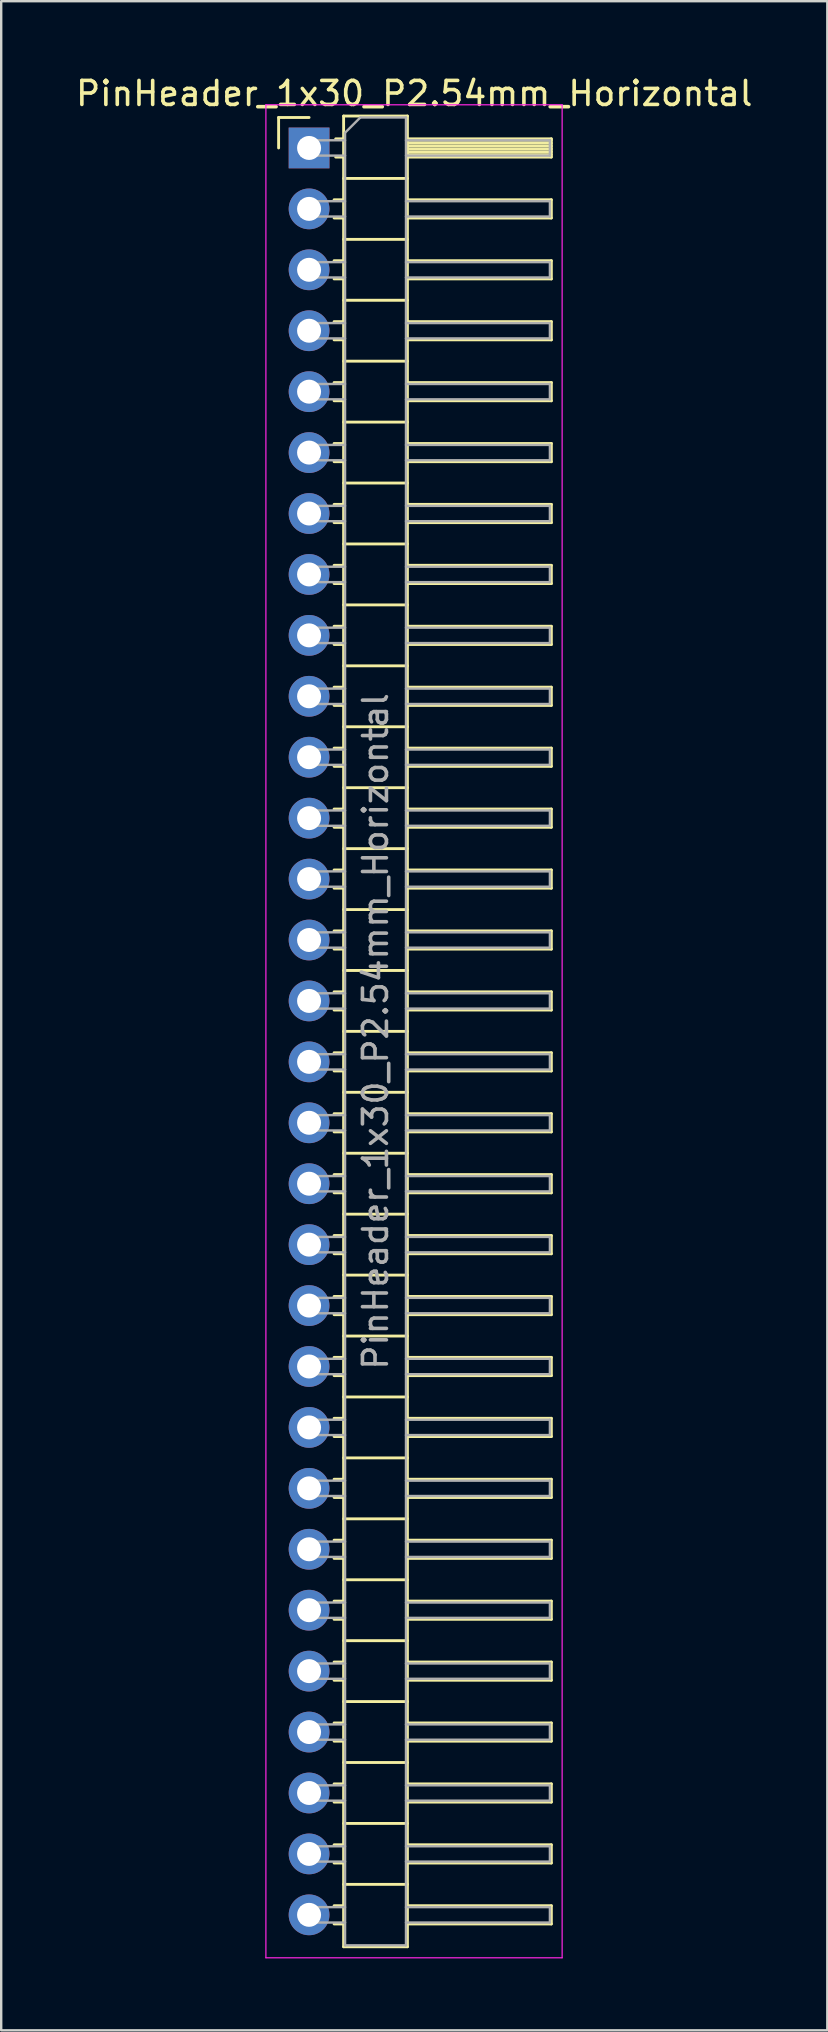
<source format=kicad_pcb>
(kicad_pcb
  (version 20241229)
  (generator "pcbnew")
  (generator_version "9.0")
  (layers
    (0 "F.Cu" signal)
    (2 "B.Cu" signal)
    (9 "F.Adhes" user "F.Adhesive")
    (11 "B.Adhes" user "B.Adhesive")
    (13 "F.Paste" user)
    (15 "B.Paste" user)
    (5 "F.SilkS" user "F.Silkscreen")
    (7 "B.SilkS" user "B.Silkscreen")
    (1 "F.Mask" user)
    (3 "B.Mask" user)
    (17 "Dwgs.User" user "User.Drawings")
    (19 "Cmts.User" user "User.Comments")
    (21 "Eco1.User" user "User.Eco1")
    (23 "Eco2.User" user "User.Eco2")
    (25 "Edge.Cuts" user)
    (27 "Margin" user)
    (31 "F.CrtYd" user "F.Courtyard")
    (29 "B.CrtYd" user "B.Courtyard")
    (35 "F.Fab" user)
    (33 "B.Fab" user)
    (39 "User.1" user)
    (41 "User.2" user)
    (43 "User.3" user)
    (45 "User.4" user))
  (footprint "PinHeader_1x30_P2.54mm_Horizontal"
    (layer "F.Cu")
    (at 9.835 3.118)
    (property "Reference" "PinHeader_1x30_P2.54mm_Horizontal" (at 4.385 -2.27 0) (layer "F.SilkS") (effects (font (size 1 1) (thickness 0.15))))
    (attr through_hole)
    (fp_line (start -1.27 -1.27) (end 0 -1.27) (stroke (width 0.12) (type solid)) (layer "F.SilkS"))
    (fp_line (start -1.27 0) (end -1.27 -1.27) (stroke (width 0.12) (type solid)) (layer "F.SilkS"))
    (fp_line (start 1.043 2.16) (end 1.44 2.16) (stroke (width 0.12) (type solid)) (layer "F.SilkS"))
    (fp_line (start 1.043 2.92) (end 1.44 2.92) (stroke (width 0.12) (type solid)) (layer "F.SilkS"))
    (fp_line (start 1.043 4.7) (end 1.44 4.7) (stroke (width 0.12) (type solid)) (layer "F.SilkS"))
    (fp_line (start 1.043 5.46) (end 1.44 5.46) (stroke (width 0.12) (type solid)) (layer "F.SilkS"))
    (fp_line (start 1.043 7.24) (end 1.44 7.24) (stroke (width 0.12) (type solid)) (layer "F.SilkS"))
    (fp_line (start 1.043 8) (end 1.44 8) (stroke (width 0.12) (type solid)) (layer "F.SilkS"))
    (fp_line (start 1.043 9.78) (end 1.44 9.78) (stroke (width 0.12) (type solid)) (layer "F.SilkS"))
    (fp_line (start 1.043 10.54) (end 1.44 10.54) (stroke (width 0.12) (type solid)) (layer "F.SilkS"))
    (fp_line (start 1.043 12.32) (end 1.44 12.32) (stroke (width 0.12) (type solid)) (layer "F.SilkS"))
    (fp_line (start 1.043 13.08) (end 1.44 13.08) (stroke (width 0.12) (type solid)) (layer "F.SilkS"))
    (fp_line (start 1.043 14.86) (end 1.44 14.86) (stroke (width 0.12) (type solid)) (layer "F.SilkS"))
    (fp_line (start 1.043 15.62) (end 1.44 15.62) (stroke (width 0.12) (type solid)) (layer "F.SilkS"))
    (fp_line (start 1.043 17.4) (end 1.44 17.4) (stroke (width 0.12) (type solid)) (layer "F.SilkS"))
    (fp_line (start 1.043 18.16) (end 1.44 18.16) (stroke (width 0.12) (type solid)) (layer "F.SilkS"))
    (fp_line (start 1.043 19.94) (end 1.44 19.94) (stroke (width 0.12) (type solid)) (layer "F.SilkS"))
    (fp_line (start 1.043 20.7) (end 1.44 20.7) (stroke (width 0.12) (type solid)) (layer "F.SilkS"))
    (fp_line (start 1.043 22.48) (end 1.44 22.48) (stroke (width 0.12) (type solid)) (layer "F.SilkS"))
    (fp_line (start 1.043 23.24) (end 1.44 23.24) (stroke (width 0.12) (type solid)) (layer "F.SilkS"))
    (fp_line (start 1.043 25.02) (end 1.44 25.02) (stroke (width 0.12) (type solid)) (layer "F.SilkS"))
    (fp_line (start 1.043 25.78) (end 1.44 25.78) (stroke (width 0.12) (type solid)) (layer "F.SilkS"))
    (fp_line (start 1.043 27.56) (end 1.44 27.56) (stroke (width 0.12) (type solid)) (layer "F.SilkS"))
    (fp_line (start 1.043 28.32) (end 1.44 28.32) (stroke (width 0.12) (type solid)) (layer "F.SilkS"))
    (fp_line (start 1.043 30.1) (end 1.44 30.1) (stroke (width 0.12) (type solid)) (layer "F.SilkS"))
    (fp_line (start 1.043 30.86) (end 1.44 30.86) (stroke (width 0.12) (type solid)) (layer "F.SilkS"))
    (fp_line (start 1.043 32.64) (end 1.44 32.64) (stroke (width 0.12) (type solid)) (layer "F.SilkS"))
    (fp_line (start 1.043 33.4) (end 1.44 33.4) (stroke (width 0.12) (type solid)) (layer "F.SilkS"))
    (fp_line (start 1.043 35.18) (end 1.44 35.18) (stroke (width 0.12) (type solid)) (layer "F.SilkS"))
    (fp_line (start 1.043 35.94) (end 1.44 35.94) (stroke (width 0.12) (type solid)) (layer "F.SilkS"))
    (fp_line (start 1.043 37.72) (end 1.44 37.72) (stroke (width 0.12) (type solid)) (layer "F.SilkS"))
    (fp_line (start 1.043 38.48) (end 1.44 38.48) (stroke (width 0.12) (type solid)) (layer "F.SilkS"))
    (fp_line (start 1.043 40.26) (end 1.44 40.26) (stroke (width 0.12) (type solid)) (layer "F.SilkS"))
    (fp_line (start 1.043 41.02) (end 1.44 41.02) (stroke (width 0.12) (type solid)) (layer "F.SilkS"))
    (fp_line (start 1.043 42.8) (end 1.44 42.8) (stroke (width 0.12) (type solid)) (layer "F.SilkS"))
    (fp_line (start 1.043 43.56) (end 1.44 43.56) (stroke (width 0.12) (type solid)) (layer "F.SilkS"))
    (fp_line (start 1.043 45.34) (end 1.44 45.34) (stroke (width 0.12) (type solid)) (layer "F.SilkS"))
    (fp_line (start 1.043 46.1) (end 1.44 46.1) (stroke (width 0.12) (type solid)) (layer "F.SilkS"))
    (fp_line (start 1.043 47.88) (end 1.44 47.88) (stroke (width 0.12) (type solid)) (layer "F.SilkS"))
    (fp_line (start 1.043 48.64) (end 1.44 48.64) (stroke (width 0.12) (type solid)) (layer "F.SilkS"))
    (fp_line (start 1.043 50.42) (end 1.44 50.42) (stroke (width 0.12) (type solid)) (layer "F.SilkS"))
    (fp_line (start 1.043 51.18) (end 1.44 51.18) (stroke (width 0.12) (type solid)) (layer "F.SilkS"))
    (fp_line (start 1.043 52.96) (end 1.44 52.96) (stroke (width 0.12) (type solid)) (layer "F.SilkS"))
    (fp_line (start 1.043 53.72) (end 1.44 53.72) (stroke (width 0.12) (type solid)) (layer "F.SilkS"))
    (fp_line (start 1.043 55.5) (end 1.44 55.5) (stroke (width 0.12) (type solid)) (layer "F.SilkS"))
    (fp_line (start 1.043 56.26) (end 1.44 56.26) (stroke (width 0.12) (type solid)) (layer "F.SilkS"))
    (fp_line (start 1.043 58.04) (end 1.44 58.04) (stroke (width 0.12) (type solid)) (layer "F.SilkS"))
    (fp_line (start 1.043 58.8) (end 1.44 58.8) (stroke (width 0.12) (type solid)) (layer "F.SilkS"))
    (fp_line (start 1.043 60.58) (end 1.44 60.58) (stroke (width 0.12) (type solid)) (layer "F.SilkS"))
    (fp_line (start 1.043 61.34) (end 1.44 61.34) (stroke (width 0.12) (type solid)) (layer "F.SilkS"))
    (fp_line (start 1.043 63.12) (end 1.44 63.12) (stroke (width 0.12) (type solid)) (layer "F.SilkS"))
    (fp_line (start 1.043 63.88) (end 1.44 63.88) (stroke (width 0.12) (type solid)) (layer "F.SilkS"))
    (fp_line (start 1.043 65.66) (end 1.44 65.66) (stroke (width 0.12) (type solid)) (layer "F.SilkS"))
    (fp_line (start 1.043 66.42) (end 1.44 66.42) (stroke (width 0.12) (type solid)) (layer "F.SilkS"))
    (fp_line (start 1.043 68.2) (end 1.44 68.2) (stroke (width 0.12) (type solid)) (layer "F.SilkS"))
    (fp_line (start 1.043 68.96) (end 1.44 68.96) (stroke (width 0.12) (type solid)) (layer "F.SilkS"))
    (fp_line (start 1.043 70.74) (end 1.44 70.74) (stroke (width 0.12) (type solid)) (layer "F.SilkS"))
    (fp_line (start 1.043 71.5) (end 1.44 71.5) (stroke (width 0.12) (type solid)) (layer "F.SilkS"))
    (fp_line (start 1.043 73.28) (end 1.44 73.28) (stroke (width 0.12) (type solid)) (layer "F.SilkS"))
    (fp_line (start 1.043 74.04) (end 1.44 74.04) (stroke (width 0.12) (type solid)) (layer "F.SilkS"))
    (fp_line (start 1.11 -0.38) (end 1.44 -0.38) (stroke (width 0.12) (type solid)) (layer "F.SilkS"))
    (fp_line (start 1.11 0.38) (end 1.44 0.38) (stroke (width 0.12) (type solid)) (layer "F.SilkS"))
    (fp_line (start 1.44 -1.33) (end 1.44 74.99) (stroke (width 0.12) (type solid)) (layer "F.SilkS"))
    (fp_line (start 1.44 1.27) (end 4.1 1.27) (stroke (width 0.12) (type solid)) (layer "F.SilkS"))
    (fp_line (start 1.44 3.81) (end 4.1 3.81) (stroke (width 0.12) (type solid)) (layer "F.SilkS"))
    (fp_line (start 1.44 6.35) (end 4.1 6.35) (stroke (width 0.12) (type solid)) (layer "F.SilkS"))
    (fp_line (start 1.44 8.89) (end 4.1 8.89) (stroke (width 0.12) (type solid)) (layer "F.SilkS"))
    (fp_line (start 1.44 11.43) (end 4.1 11.43) (stroke (width 0.12) (type solid)) (layer "F.SilkS"))
    (fp_line (start 1.44 13.97) (end 4.1 13.97) (stroke (width 0.12) (type solid)) (layer "F.SilkS"))
    (fp_line (start 1.44 16.51) (end 4.1 16.51) (stroke (width 0.12) (type solid)) (layer "F.SilkS"))
    (fp_line (start 1.44 19.05) (end 4.1 19.05) (stroke (width 0.12) (type solid)) (layer "F.SilkS"))
    (fp_line (start 1.44 21.59) (end 4.1 21.59) (stroke (width 0.12) (type solid)) (layer "F.SilkS"))
    (fp_line (start 1.44 24.13) (end 4.1 24.13) (stroke (width 0.12) (type solid)) (layer "F.SilkS"))
    (fp_line (start 1.44 26.67) (end 4.1 26.67) (stroke (width 0.12) (type solid)) (layer "F.SilkS"))
    (fp_line (start 1.44 29.21) (end 4.1 29.21) (stroke (width 0.12) (type solid)) (layer "F.SilkS"))
    (fp_line (start 1.44 31.75) (end 4.1 31.75) (stroke (width 0.12) (type solid)) (layer "F.SilkS"))
    (fp_line (start 1.44 34.29) (end 4.1 34.29) (stroke (width 0.12) (type solid)) (layer "F.SilkS"))
    (fp_line (start 1.44 36.83) (end 4.1 36.83) (stroke (width 0.12) (type solid)) (layer "F.SilkS"))
    (fp_line (start 1.44 39.37) (end 4.1 39.37) (stroke (width 0.12) (type solid)) (layer "F.SilkS"))
    (fp_line (start 1.44 41.91) (end 4.1 41.91) (stroke (width 0.12) (type solid)) (layer "F.SilkS"))
    (fp_line (start 1.44 44.45) (end 4.1 44.45) (stroke (width 0.12) (type solid)) (layer "F.SilkS"))
    (fp_line (start 1.44 46.99) (end 4.1 46.99) (stroke (width 0.12) (type solid)) (layer "F.SilkS"))
    (fp_line (start 1.44 49.53) (end 4.1 49.53) (stroke (width 0.12) (type solid)) (layer "F.SilkS"))
    (fp_line (start 1.44 52.07) (end 4.1 52.07) (stroke (width 0.12) (type solid)) (layer "F.SilkS"))
    (fp_line (start 1.44 54.61) (end 4.1 54.61) (stroke (width 0.12) (type solid)) (layer "F.SilkS"))
    (fp_line (start 1.44 57.15) (end 4.1 57.15) (stroke (width 0.12) (type solid)) (layer "F.SilkS"))
    (fp_line (start 1.44 59.69) (end 4.1 59.69) (stroke (width 0.12) (type solid)) (layer "F.SilkS"))
    (fp_line (start 1.44 62.23) (end 4.1 62.23) (stroke (width 0.12) (type solid)) (layer "F.SilkS"))
    (fp_line (start 1.44 64.77) (end 4.1 64.77) (stroke (width 0.12) (type solid)) (layer "F.SilkS"))
    (fp_line (start 1.44 67.31) (end 4.1 67.31) (stroke (width 0.12) (type solid)) (layer "F.SilkS"))
    (fp_line (start 1.44 69.85) (end 4.1 69.85) (stroke (width 0.12) (type solid)) (layer "F.SilkS"))
    (fp_line (start 1.44 72.39) (end 4.1 72.39) (stroke (width 0.12) (type solid)) (layer "F.SilkS"))
    (fp_line (start 1.44 74.99) (end 4.1 74.99) (stroke (width 0.12) (type solid)) (layer "F.SilkS"))
    (fp_line (start 4.1 -1.33) (end 1.44 -1.33) (stroke (width 0.12) (type solid)) (layer "F.SilkS"))
    (fp_line (start 4.1 -0.38) (end 10.1 -0.38) (stroke (width 0.12) (type solid)) (layer "F.SilkS"))
    (fp_line (start 4.1 -0.32) (end 10.1 -0.32) (stroke (width 0.12) (type solid)) (layer "F.SilkS"))
    (fp_line (start 4.1 -0.2) (end 10.1 -0.2) (stroke (width 0.12) (type solid)) (layer "F.SilkS"))
    (fp_line (start 4.1 -0.08) (end 10.1 -0.08) (stroke (width 0.12) (type solid)) (layer "F.SilkS"))
    (fp_line (start 4.1 0.04) (end 10.1 0.04) (stroke (width 0.12) (type solid)) (layer "F.SilkS"))
    (fp_line (start 4.1 0.16) (end 10.1 0.16) (stroke (width 0.12) (type solid)) (layer "F.SilkS"))
    (fp_line (start 4.1 0.28) (end 10.1 0.28) (stroke (width 0.12) (type solid)) (layer "F.SilkS"))
    (fp_line (start 4.1 2.16) (end 10.1 2.16) (stroke (width 0.12) (type solid)) (layer "F.SilkS"))
    (fp_line (start 4.1 4.7) (end 10.1 4.7) (stroke (width 0.12) (type solid)) (layer "F.SilkS"))
    (fp_line (start 4.1 7.24) (end 10.1 7.24) (stroke (width 0.12) (type solid)) (layer "F.SilkS"))
    (fp_line (start 4.1 9.78) (end 10.1 9.78) (stroke (width 0.12) (type solid)) (layer "F.SilkS"))
    (fp_line (start 4.1 12.32) (end 10.1 12.32) (stroke (width 0.12) (type solid)) (layer "F.SilkS"))
    (fp_line (start 4.1 14.86) (end 10.1 14.86) (stroke (width 0.12) (type solid)) (layer "F.SilkS"))
    (fp_line (start 4.1 17.4) (end 10.1 17.4) (stroke (width 0.12) (type solid)) (layer "F.SilkS"))
    (fp_line (start 4.1 19.94) (end 10.1 19.94) (stroke (width 0.12) (type solid)) (layer "F.SilkS"))
    (fp_line (start 4.1 22.48) (end 10.1 22.48) (stroke (width 0.12) (type solid)) (layer "F.SilkS"))
    (fp_line (start 4.1 25.02) (end 10.1 25.02) (stroke (width 0.12) (type solid)) (layer "F.SilkS"))
    (fp_line (start 4.1 27.56) (end 10.1 27.56) (stroke (width 0.12) (type solid)) (layer "F.SilkS"))
    (fp_line (start 4.1 30.1) (end 10.1 30.1) (stroke (width 0.12) (type solid)) (layer "F.SilkS"))
    (fp_line (start 4.1 32.64) (end 10.1 32.64) (stroke (width 0.12) (type solid)) (layer "F.SilkS"))
    (fp_line (start 4.1 35.18) (end 10.1 35.18) (stroke (width 0.12) (type solid)) (layer "F.SilkS"))
    (fp_line (start 4.1 37.72) (end 10.1 37.72) (stroke (width 0.12) (type solid)) (layer "F.SilkS"))
    (fp_line (start 4.1 40.26) (end 10.1 40.26) (stroke (width 0.12) (type solid)) (layer "F.SilkS"))
    (fp_line (start 4.1 42.8) (end 10.1 42.8) (stroke (width 0.12) (type solid)) (layer "F.SilkS"))
    (fp_line (start 4.1 45.34) (end 10.1 45.34) (stroke (width 0.12) (type solid)) (layer "F.SilkS"))
    (fp_line (start 4.1 47.88) (end 10.1 47.88) (stroke (width 0.12) (type solid)) (layer "F.SilkS"))
    (fp_line (start 4.1 50.42) (end 10.1 50.42) (stroke (width 0.12) (type solid)) (layer "F.SilkS"))
    (fp_line (start 4.1 52.96) (end 10.1 52.96) (stroke (width 0.12) (type solid)) (layer "F.SilkS"))
    (fp_line (start 4.1 55.5) (end 10.1 55.5) (stroke (width 0.12) (type solid)) (layer "F.SilkS"))
    (fp_line (start 4.1 58.04) (end 10.1 58.04) (stroke (width 0.12) (type solid)) (layer "F.SilkS"))
    (fp_line (start 4.1 60.58) (end 10.1 60.58) (stroke (width 0.12) (type solid)) (layer "F.SilkS"))
    (fp_line (start 4.1 63.12) (end 10.1 63.12) (stroke (width 0.12) (type solid)) (layer "F.SilkS"))
    (fp_line (start 4.1 65.66) (end 10.1 65.66) (stroke (width 0.12) (type solid)) (layer "F.SilkS"))
    (fp_line (start 4.1 68.2) (end 10.1 68.2) (stroke (width 0.12) (type solid)) (layer "F.SilkS"))
    (fp_line (start 4.1 70.74) (end 10.1 70.74) (stroke (width 0.12) (type solid)) (layer "F.SilkS"))
    (fp_line (start 4.1 73.28) (end 10.1 73.28) (stroke (width 0.12) (type solid)) (layer "F.SilkS"))
    (fp_line (start 4.1 74.99) (end 4.1 -1.33) (stroke (width 0.12) (type solid)) (layer "F.SilkS"))
    (fp_line (start 10.1 -0.38) (end 10.1 0.38) (stroke (width 0.12) (type solid)) (layer "F.SilkS"))
    (fp_line (start 10.1 0.38) (end 4.1 0.38) (stroke (width 0.12) (type solid)) (layer "F.SilkS"))
    (fp_line (start 10.1 2.16) (end 10.1 2.92) (stroke (width 0.12) (type solid)) (layer "F.SilkS"))
    (fp_line (start 10.1 2.92) (end 4.1 2.92) (stroke (width 0.12) (type solid)) (layer "F.SilkS"))
    (fp_line (start 10.1 4.7) (end 10.1 5.46) (stroke (width 0.12) (type solid)) (layer "F.SilkS"))
    (fp_line (start 10.1 5.46) (end 4.1 5.46) (stroke (width 0.12) (type solid)) (layer "F.SilkS"))
    (fp_line (start 10.1 7.24) (end 10.1 8) (stroke (width 0.12) (type solid)) (layer "F.SilkS"))
    (fp_line (start 10.1 8) (end 4.1 8) (stroke (width 0.12) (type solid)) (layer "F.SilkS"))
    (fp_line (start 10.1 9.78) (end 10.1 10.54) (stroke (width 0.12) (type solid)) (layer "F.SilkS"))
    (fp_line (start 10.1 10.54) (end 4.1 10.54) (stroke (width 0.12) (type solid)) (layer "F.SilkS"))
    (fp_line (start 10.1 12.32) (end 10.1 13.08) (stroke (width 0.12) (type solid)) (layer "F.SilkS"))
    (fp_line (start 10.1 13.08) (end 4.1 13.08) (stroke (width 0.12) (type solid)) (layer "F.SilkS"))
    (fp_line (start 10.1 14.86) (end 10.1 15.62) (stroke (width 0.12) (type solid)) (layer "F.SilkS"))
    (fp_line (start 10.1 15.62) (end 4.1 15.62) (stroke (width 0.12) (type solid)) (layer "F.SilkS"))
    (fp_line (start 10.1 17.4) (end 10.1 18.16) (stroke (width 0.12) (type solid)) (layer "F.SilkS"))
    (fp_line (start 10.1 18.16) (end 4.1 18.16) (stroke (width 0.12) (type solid)) (layer "F.SilkS"))
    (fp_line (start 10.1 19.94) (end 10.1 20.7) (stroke (width 0.12) (type solid)) (layer "F.SilkS"))
    (fp_line (start 10.1 20.7) (end 4.1 20.7) (stroke (width 0.12) (type solid)) (layer "F.SilkS"))
    (fp_line (start 10.1 22.48) (end 10.1 23.24) (stroke (width 0.12) (type solid)) (layer "F.SilkS"))
    (fp_line (start 10.1 23.24) (end 4.1 23.24) (stroke (width 0.12) (type solid)) (layer "F.SilkS"))
    (fp_line (start 10.1 25.02) (end 10.1 25.78) (stroke (width 0.12) (type solid)) (layer "F.SilkS"))
    (fp_line (start 10.1 25.78) (end 4.1 25.78) (stroke (width 0.12) (type solid)) (layer "F.SilkS"))
    (fp_line (start 10.1 27.56) (end 10.1 28.32) (stroke (width 0.12) (type solid)) (layer "F.SilkS"))
    (fp_line (start 10.1 28.32) (end 4.1 28.32) (stroke (width 0.12) (type solid)) (layer "F.SilkS"))
    (fp_line (start 10.1 30.1) (end 10.1 30.86) (stroke (width 0.12) (type solid)) (layer "F.SilkS"))
    (fp_line (start 10.1 30.86) (end 4.1 30.86) (stroke (width 0.12) (type solid)) (layer "F.SilkS"))
    (fp_line (start 10.1 32.64) (end 10.1 33.4) (stroke (width 0.12) (type solid)) (layer "F.SilkS"))
    (fp_line (start 10.1 33.4) (end 4.1 33.4) (stroke (width 0.12) (type solid)) (layer "F.SilkS"))
    (fp_line (start 10.1 35.18) (end 10.1 35.94) (stroke (width 0.12) (type solid)) (layer "F.SilkS"))
    (fp_line (start 10.1 35.94) (end 4.1 35.94) (stroke (width 0.12) (type solid)) (layer "F.SilkS"))
    (fp_line (start 10.1 37.72) (end 10.1 38.48) (stroke (width 0.12) (type solid)) (layer "F.SilkS"))
    (fp_line (start 10.1 38.48) (end 4.1 38.48) (stroke (width 0.12) (type solid)) (layer "F.SilkS"))
    (fp_line (start 10.1 40.26) (end 10.1 41.02) (stroke (width 0.12) (type solid)) (layer "F.SilkS"))
    (fp_line (start 10.1 41.02) (end 4.1 41.02) (stroke (width 0.12) (type solid)) (layer "F.SilkS"))
    (fp_line (start 10.1 42.8) (end 10.1 43.56) (stroke (width 0.12) (type solid)) (layer "F.SilkS"))
    (fp_line (start 10.1 43.56) (end 4.1 43.56) (stroke (width 0.12) (type solid)) (layer "F.SilkS"))
    (fp_line (start 10.1 45.34) (end 10.1 46.1) (stroke (width 0.12) (type solid)) (layer "F.SilkS"))
    (fp_line (start 10.1 46.1) (end 4.1 46.1) (stroke (width 0.12) (type solid)) (layer "F.SilkS"))
    (fp_line (start 10.1 47.88) (end 10.1 48.64) (stroke (width 0.12) (type solid)) (layer "F.SilkS"))
    (fp_line (start 10.1 48.64) (end 4.1 48.64) (stroke (width 0.12) (type solid)) (layer "F.SilkS"))
    (fp_line (start 10.1 50.42) (end 10.1 51.18) (stroke (width 0.12) (type solid)) (layer "F.SilkS"))
    (fp_line (start 10.1 51.18) (end 4.1 51.18) (stroke (width 0.12) (type solid)) (layer "F.SilkS"))
    (fp_line (start 10.1 52.96) (end 10.1 53.72) (stroke (width 0.12) (type solid)) (layer "F.SilkS"))
    (fp_line (start 10.1 53.72) (end 4.1 53.72) (stroke (width 0.12) (type solid)) (layer "F.SilkS"))
    (fp_line (start 10.1 55.5) (end 10.1 56.26) (stroke (width 0.12) (type solid)) (layer "F.SilkS"))
    (fp_line (start 10.1 56.26) (end 4.1 56.26) (stroke (width 0.12) (type solid)) (layer "F.SilkS"))
    (fp_line (start 10.1 58.04) (end 10.1 58.8) (stroke (width 0.12) (type solid)) (layer "F.SilkS"))
    (fp_line (start 10.1 58.8) (end 4.1 58.8) (stroke (width 0.12) (type solid)) (layer "F.SilkS"))
    (fp_line (start 10.1 60.58) (end 10.1 61.34) (stroke (width 0.12) (type solid)) (layer "F.SilkS"))
    (fp_line (start 10.1 61.34) (end 4.1 61.34) (stroke (width 0.12) (type solid)) (layer "F.SilkS"))
    (fp_line (start 10.1 63.12) (end 10.1 63.88) (stroke (width 0.12) (type solid)) (layer "F.SilkS"))
    (fp_line (start 10.1 63.88) (end 4.1 63.88) (stroke (width 0.12) (type solid)) (layer "F.SilkS"))
    (fp_line (start 10.1 65.66) (end 10.1 66.42) (stroke (width 0.12) (type solid)) (layer "F.SilkS"))
    (fp_line (start 10.1 66.42) (end 4.1 66.42) (stroke (width 0.12) (type solid)) (layer "F.SilkS"))
    (fp_line (start 10.1 68.2) (end 10.1 68.96) (stroke (width 0.12) (type solid)) (layer "F.SilkS"))
    (fp_line (start 10.1 68.96) (end 4.1 68.96) (stroke (width 0.12) (type solid)) (layer "F.SilkS"))
    (fp_line (start 10.1 70.74) (end 10.1 71.5) (stroke (width 0.12) (type solid)) (layer "F.SilkS"))
    (fp_line (start 10.1 71.5) (end 4.1 71.5) (stroke (width 0.12) (type solid)) (layer "F.SilkS"))
    (fp_line (start 10.1 73.28) (end 10.1 74.04) (stroke (width 0.12) (type solid)) (layer "F.SilkS"))
    (fp_line (start 10.1 74.04) (end 4.1 74.04) (stroke (width 0.12) (type solid)) (layer "F.SilkS"))
    (fp_line (start -1.8 -1.8) (end -1.8 75.45) (stroke (width 0.05) (type solid)) (layer "F.CrtYd"))
    (fp_line (start -1.8 75.45) (end 10.55 75.45) (stroke (width 0.05) (type solid)) (layer "F.CrtYd"))
    (fp_line (start 10.55 -1.8) (end -1.8 -1.8) (stroke (width 0.05) (type solid)) (layer "F.CrtYd"))
    (fp_line (start 10.55 75.45) (end 10.55 -1.8) (stroke (width 0.05) (type solid)) (layer "F.CrtYd"))
    (fp_line (start -0.32 -0.32) (end -0.32 0.32) (stroke (width 0.1) (type solid)) (layer "F.Fab"))
    (fp_line (start -0.32 -0.32) (end 1.5 -0.32) (stroke (width 0.1) (type solid)) (layer "F.Fab"))
    (fp_line (start -0.32 0.32) (end 1.5 0.32) (stroke (width 0.1) (type solid)) (layer "F.Fab"))
    (fp_line (start -0.32 2.22) (end -0.32 2.86) (stroke (width 0.1) (type solid)) (layer "F.Fab"))
    (fp_line (start -0.32 2.22) (end 1.5 2.22) (stroke (width 0.1) (type solid)) (layer "F.Fab"))
    (fp_line (start -0.32 2.86) (end 1.5 2.86) (stroke (width 0.1) (type solid)) (layer "F.Fab"))
    (fp_line (start -0.32 4.76) (end -0.32 5.4) (stroke (width 0.1) (type solid)) (layer "F.Fab"))
    (fp_line (start -0.32 4.76) (end 1.5 4.76) (stroke (width 0.1) (type solid)) (layer "F.Fab"))
    (fp_line (start -0.32 5.4) (end 1.5 5.4) (stroke (width 0.1) (type solid)) (layer "F.Fab"))
    (fp_line (start -0.32 7.3) (end -0.32 7.94) (stroke (width 0.1) (type solid)) (layer "F.Fab"))
    (fp_line (start -0.32 7.3) (end 1.5 7.3) (stroke (width 0.1) (type solid)) (layer "F.Fab"))
    (fp_line (start -0.32 7.94) (end 1.5 7.94) (stroke (width 0.1) (type solid)) (layer "F.Fab"))
    (fp_line (start -0.32 9.84) (end -0.32 10.48) (stroke (width 0.1) (type solid)) (layer "F.Fab"))
    (fp_line (start -0.32 9.84) (end 1.5 9.84) (stroke (width 0.1) (type solid)) (layer "F.Fab"))
    (fp_line (start -0.32 10.48) (end 1.5 10.48) (stroke (width 0.1) (type solid)) (layer "F.Fab"))
    (fp_line (start -0.32 12.38) (end -0.32 13.02) (stroke (width 0.1) (type solid)) (layer "F.Fab"))
    (fp_line (start -0.32 12.38) (end 1.5 12.38) (stroke (width 0.1) (type solid)) (layer "F.Fab"))
    (fp_line (start -0.32 13.02) (end 1.5 13.02) (stroke (width 0.1) (type solid)) (layer "F.Fab"))
    (fp_line (start -0.32 14.92) (end -0.32 15.56) (stroke (width 0.1) (type solid)) (layer "F.Fab"))
    (fp_line (start -0.32 14.92) (end 1.5 14.92) (stroke (width 0.1) (type solid)) (layer "F.Fab"))
    (fp_line (start -0.32 15.56) (end 1.5 15.56) (stroke (width 0.1) (type solid)) (layer "F.Fab"))
    (fp_line (start -0.32 17.46) (end -0.32 18.1) (stroke (width 0.1) (type solid)) (layer "F.Fab"))
    (fp_line (start -0.32 17.46) (end 1.5 17.46) (stroke (width 0.1) (type solid)) (layer "F.Fab"))
    (fp_line (start -0.32 18.1) (end 1.5 18.1) (stroke (width 0.1) (type solid)) (layer "F.Fab"))
    (fp_line (start -0.32 20) (end -0.32 20.64) (stroke (width 0.1) (type solid)) (layer "F.Fab"))
    (fp_line (start -0.32 20) (end 1.5 20) (stroke (width 0.1) (type solid)) (layer "F.Fab"))
    (fp_line (start -0.32 20.64) (end 1.5 20.64) (stroke (width 0.1) (type solid)) (layer "F.Fab"))
    (fp_line (start -0.32 22.54) (end -0.32 23.18) (stroke (width 0.1) (type solid)) (layer "F.Fab"))
    (fp_line (start -0.32 22.54) (end 1.5 22.54) (stroke (width 0.1) (type solid)) (layer "F.Fab"))
    (fp_line (start -0.32 23.18) (end 1.5 23.18) (stroke (width 0.1) (type solid)) (layer "F.Fab"))
    (fp_line (start -0.32 25.08) (end -0.32 25.72) (stroke (width 0.1) (type solid)) (layer "F.Fab"))
    (fp_line (start -0.32 25.08) (end 1.5 25.08) (stroke (width 0.1) (type solid)) (layer "F.Fab"))
    (fp_line (start -0.32 25.72) (end 1.5 25.72) (stroke (width 0.1) (type solid)) (layer "F.Fab"))
    (fp_line (start -0.32 27.62) (end -0.32 28.26) (stroke (width 0.1) (type solid)) (layer "F.Fab"))
    (fp_line (start -0.32 27.62) (end 1.5 27.62) (stroke (width 0.1) (type solid)) (layer "F.Fab"))
    (fp_line (start -0.32 28.26) (end 1.5 28.26) (stroke (width 0.1) (type solid)) (layer "F.Fab"))
    (fp_line (start -0.32 30.16) (end -0.32 30.8) (stroke (width 0.1) (type solid)) (layer "F.Fab"))
    (fp_line (start -0.32 30.16) (end 1.5 30.16) (stroke (width 0.1) (type solid)) (layer "F.Fab"))
    (fp_line (start -0.32 30.8) (end 1.5 30.8) (stroke (width 0.1) (type solid)) (layer "F.Fab"))
    (fp_line (start -0.32 32.7) (end -0.32 33.34) (stroke (width 0.1) (type solid)) (layer "F.Fab"))
    (fp_line (start -0.32 32.7) (end 1.5 32.7) (stroke (width 0.1) (type solid)) (layer "F.Fab"))
    (fp_line (start -0.32 33.34) (end 1.5 33.34) (stroke (width 0.1) (type solid)) (layer "F.Fab"))
    (fp_line (start -0.32 35.24) (end -0.32 35.88) (stroke (width 0.1) (type solid)) (layer "F.Fab"))
    (fp_line (start -0.32 35.24) (end 1.5 35.24) (stroke (width 0.1) (type solid)) (layer "F.Fab"))
    (fp_line (start -0.32 35.88) (end 1.5 35.88) (stroke (width 0.1) (type solid)) (layer "F.Fab"))
    (fp_line (start -0.32 37.78) (end -0.32 38.42) (stroke (width 0.1) (type solid)) (layer "F.Fab"))
    (fp_line (start -0.32 37.78) (end 1.5 37.78) (stroke (width 0.1) (type solid)) (layer "F.Fab"))
    (fp_line (start -0.32 38.42) (end 1.5 38.42) (stroke (width 0.1) (type solid)) (layer "F.Fab"))
    (fp_line (start -0.32 40.32) (end -0.32 40.96) (stroke (width 0.1) (type solid)) (layer "F.Fab"))
    (fp_line (start -0.32 40.32) (end 1.5 40.32) (stroke (width 0.1) (type solid)) (layer "F.Fab"))
    (fp_line (start -0.32 40.96) (end 1.5 40.96) (stroke (width 0.1) (type solid)) (layer "F.Fab"))
    (fp_line (start -0.32 42.86) (end -0.32 43.5) (stroke (width 0.1) (type solid)) (layer "F.Fab"))
    (fp_line (start -0.32 42.86) (end 1.5 42.86) (stroke (width 0.1) (type solid)) (layer "F.Fab"))
    (fp_line (start -0.32 43.5) (end 1.5 43.5) (stroke (width 0.1) (type solid)) (layer "F.Fab"))
    (fp_line (start -0.32 45.4) (end -0.32 46.04) (stroke (width 0.1) (type solid)) (layer "F.Fab"))
    (fp_line (start -0.32 45.4) (end 1.5 45.4) (stroke (width 0.1) (type solid)) (layer "F.Fab"))
    (fp_line (start -0.32 46.04) (end 1.5 46.04) (stroke (width 0.1) (type solid)) (layer "F.Fab"))
    (fp_line (start -0.32 47.94) (end -0.32 48.58) (stroke (width 0.1) (type solid)) (layer "F.Fab"))
    (fp_line (start -0.32 47.94) (end 1.5 47.94) (stroke (width 0.1) (type solid)) (layer "F.Fab"))
    (fp_line (start -0.32 48.58) (end 1.5 48.58) (stroke (width 0.1) (type solid)) (layer "F.Fab"))
    (fp_line (start -0.32 50.48) (end -0.32 51.12) (stroke (width 0.1) (type solid)) (layer "F.Fab"))
    (fp_line (start -0.32 50.48) (end 1.5 50.48) (stroke (width 0.1) (type solid)) (layer "F.Fab"))
    (fp_line (start -0.32 51.12) (end 1.5 51.12) (stroke (width 0.1) (type solid)) (layer "F.Fab"))
    (fp_line (start -0.32 53.02) (end -0.32 53.66) (stroke (width 0.1) (type solid)) (layer "F.Fab"))
    (fp_line (start -0.32 53.02) (end 1.5 53.02) (stroke (width 0.1) (type solid)) (layer "F.Fab"))
    (fp_line (start -0.32 53.66) (end 1.5 53.66) (stroke (width 0.1) (type solid)) (layer "F.Fab"))
    (fp_line (start -0.32 55.56) (end -0.32 56.2) (stroke (width 0.1) (type solid)) (layer "F.Fab"))
    (fp_line (start -0.32 55.56) (end 1.5 55.56) (stroke (width 0.1) (type solid)) (layer "F.Fab"))
    (fp_line (start -0.32 56.2) (end 1.5 56.2) (stroke (width 0.1) (type solid)) (layer "F.Fab"))
    (fp_line (start -0.32 58.1) (end -0.32 58.74) (stroke (width 0.1) (type solid)) (layer "F.Fab"))
    (fp_line (start -0.32 58.1) (end 1.5 58.1) (stroke (width 0.1) (type solid)) (layer "F.Fab"))
    (fp_line (start -0.32 58.74) (end 1.5 58.74) (stroke (width 0.1) (type solid)) (layer "F.Fab"))
    (fp_line (start -0.32 60.64) (end -0.32 61.28) (stroke (width 0.1) (type solid)) (layer "F.Fab"))
    (fp_line (start -0.32 60.64) (end 1.5 60.64) (stroke (width 0.1) (type solid)) (layer "F.Fab"))
    (fp_line (start -0.32 61.28) (end 1.5 61.28) (stroke (width 0.1) (type solid)) (layer "F.Fab"))
    (fp_line (start -0.32 63.18) (end -0.32 63.82) (stroke (width 0.1) (type solid)) (layer "F.Fab"))
    (fp_line (start -0.32 63.18) (end 1.5 63.18) (stroke (width 0.1) (type solid)) (layer "F.Fab"))
    (fp_line (start -0.32 63.82) (end 1.5 63.82) (stroke (width 0.1) (type solid)) (layer "F.Fab"))
    (fp_line (start -0.32 65.72) (end -0.32 66.36) (stroke (width 0.1) (type solid)) (layer "F.Fab"))
    (fp_line (start -0.32 65.72) (end 1.5 65.72) (stroke (width 0.1) (type solid)) (layer "F.Fab"))
    (fp_line (start -0.32 66.36) (end 1.5 66.36) (stroke (width 0.1) (type solid)) (layer "F.Fab"))
    (fp_line (start -0.32 68.26) (end -0.32 68.9) (stroke (width 0.1) (type solid)) (layer "F.Fab"))
    (fp_line (start -0.32 68.26) (end 1.5 68.26) (stroke (width 0.1) (type solid)) (layer "F.Fab"))
    (fp_line (start -0.32 68.9) (end 1.5 68.9) (stroke (width 0.1) (type solid)) (layer "F.Fab"))
    (fp_line (start -0.32 70.8) (end -0.32 71.44) (stroke (width 0.1) (type solid)) (layer "F.Fab"))
    (fp_line (start -0.32 70.8) (end 1.5 70.8) (stroke (width 0.1) (type solid)) (layer "F.Fab"))
    (fp_line (start -0.32 71.44) (end 1.5 71.44) (stroke (width 0.1) (type solid)) (layer "F.Fab"))
    (fp_line (start -0.32 73.34) (end -0.32 73.98) (stroke (width 0.1) (type solid)) (layer "F.Fab"))
    (fp_line (start -0.32 73.34) (end 1.5 73.34) (stroke (width 0.1) (type solid)) (layer "F.Fab"))
    (fp_line (start -0.32 73.98) (end 1.5 73.98) (stroke (width 0.1) (type solid)) (layer "F.Fab"))
    (fp_line (start 1.5 -0.635) (end 2.135 -1.27) (stroke (width 0.1) (type solid)) (layer "F.Fab"))
    (fp_line (start 1.5 74.93) (end 1.5 -0.635) (stroke (width 0.1) (type solid)) (layer "F.Fab"))
    (fp_line (start 2.135 -1.27) (end 4.04 -1.27) (stroke (width 0.1) (type solid)) (layer "F.Fab"))
    (fp_line (start 4.04 -1.27) (end 4.04 74.93) (stroke (width 0.1) (type solid)) (layer "F.Fab"))
    (fp_line (start 4.04 -0.32) (end 10.04 -0.32) (stroke (width 0.1) (type solid)) (layer "F.Fab"))
    (fp_line (start 4.04 0.32) (end 10.04 0.32) (stroke (width 0.1) (type solid)) (layer "F.Fab"))
    (fp_line (start 4.04 2.22) (end 10.04 2.22) (stroke (width 0.1) (type solid)) (layer "F.Fab"))
    (fp_line (start 4.04 2.86) (end 10.04 2.86) (stroke (width 0.1) (type solid)) (layer "F.Fab"))
    (fp_line (start 4.04 4.76) (end 10.04 4.76) (stroke (width 0.1) (type solid)) (layer "F.Fab"))
    (fp_line (start 4.04 5.4) (end 10.04 5.4) (stroke (width 0.1) (type solid)) (layer "F.Fab"))
    (fp_line (start 4.04 7.3) (end 10.04 7.3) (stroke (width 0.1) (type solid)) (layer "F.Fab"))
    (fp_line (start 4.04 7.94) (end 10.04 7.94) (stroke (width 0.1) (type solid)) (layer "F.Fab"))
    (fp_line (start 4.04 9.84) (end 10.04 9.84) (stroke (width 0.1) (type solid)) (layer "F.Fab"))
    (fp_line (start 4.04 10.48) (end 10.04 10.48) (stroke (width 0.1) (type solid)) (layer "F.Fab"))
    (fp_line (start 4.04 12.38) (end 10.04 12.38) (stroke (width 0.1) (type solid)) (layer "F.Fab"))
    (fp_line (start 4.04 13.02) (end 10.04 13.02) (stroke (width 0.1) (type solid)) (layer "F.Fab"))
    (fp_line (start 4.04 14.92) (end 10.04 14.92) (stroke (width 0.1) (type solid)) (layer "F.Fab"))
    (fp_line (start 4.04 15.56) (end 10.04 15.56) (stroke (width 0.1) (type solid)) (layer "F.Fab"))
    (fp_line (start 4.04 17.46) (end 10.04 17.46) (stroke (width 0.1) (type solid)) (layer "F.Fab"))
    (fp_line (start 4.04 18.1) (end 10.04 18.1) (stroke (width 0.1) (type solid)) (layer "F.Fab"))
    (fp_line (start 4.04 20) (end 10.04 20) (stroke (width 0.1) (type solid)) (layer "F.Fab"))
    (fp_line (start 4.04 20.64) (end 10.04 20.64) (stroke (width 0.1) (type solid)) (layer "F.Fab"))
    (fp_line (start 4.04 22.54) (end 10.04 22.54) (stroke (width 0.1) (type solid)) (layer "F.Fab"))
    (fp_line (start 4.04 23.18) (end 10.04 23.18) (stroke (width 0.1) (type solid)) (layer "F.Fab"))
    (fp_line (start 4.04 25.08) (end 10.04 25.08) (stroke (width 0.1) (type solid)) (layer "F.Fab"))
    (fp_line (start 4.04 25.72) (end 10.04 25.72) (stroke (width 0.1) (type solid)) (layer "F.Fab"))
    (fp_line (start 4.04 27.62) (end 10.04 27.62) (stroke (width 0.1) (type solid)) (layer "F.Fab"))
    (fp_line (start 4.04 28.26) (end 10.04 28.26) (stroke (width 0.1) (type solid)) (layer "F.Fab"))
    (fp_line (start 4.04 30.16) (end 10.04 30.16) (stroke (width 0.1) (type solid)) (layer "F.Fab"))
    (fp_line (start 4.04 30.8) (end 10.04 30.8) (stroke (width 0.1) (type solid)) (layer "F.Fab"))
    (fp_line (start 4.04 32.7) (end 10.04 32.7) (stroke (width 0.1) (type solid)) (layer "F.Fab"))
    (fp_line (start 4.04 33.34) (end 10.04 33.34) (stroke (width 0.1) (type solid)) (layer "F.Fab"))
    (fp_line (start 4.04 35.24) (end 10.04 35.24) (stroke (width 0.1) (type solid)) (layer "F.Fab"))
    (fp_line (start 4.04 35.88) (end 10.04 35.88) (stroke (width 0.1) (type solid)) (layer "F.Fab"))
    (fp_line (start 4.04 37.78) (end 10.04 37.78) (stroke (width 0.1) (type solid)) (layer "F.Fab"))
    (fp_line (start 4.04 38.42) (end 10.04 38.42) (stroke (width 0.1) (type solid)) (layer "F.Fab"))
    (fp_line (start 4.04 40.32) (end 10.04 40.32) (stroke (width 0.1) (type solid)) (layer "F.Fab"))
    (fp_line (start 4.04 40.96) (end 10.04 40.96) (stroke (width 0.1) (type solid)) (layer "F.Fab"))
    (fp_line (start 4.04 42.86) (end 10.04 42.86) (stroke (width 0.1) (type solid)) (layer "F.Fab"))
    (fp_line (start 4.04 43.5) (end 10.04 43.5) (stroke (width 0.1) (type solid)) (layer "F.Fab"))
    (fp_line (start 4.04 45.4) (end 10.04 45.4) (stroke (width 0.1) (type solid)) (layer "F.Fab"))
    (fp_line (start 4.04 46.04) (end 10.04 46.04) (stroke (width 0.1) (type solid)) (layer "F.Fab"))
    (fp_line (start 4.04 47.94) (end 10.04 47.94) (stroke (width 0.1) (type solid)) (layer "F.Fab"))
    (fp_line (start 4.04 48.58) (end 10.04 48.58) (stroke (width 0.1) (type solid)) (layer "F.Fab"))
    (fp_line (start 4.04 50.48) (end 10.04 50.48) (stroke (width 0.1) (type solid)) (layer "F.Fab"))
    (fp_line (start 4.04 51.12) (end 10.04 51.12) (stroke (width 0.1) (type solid)) (layer "F.Fab"))
    (fp_line (start 4.04 53.02) (end 10.04 53.02) (stroke (width 0.1) (type solid)) (layer "F.Fab"))
    (fp_line (start 4.04 53.66) (end 10.04 53.66) (stroke (width 0.1) (type solid)) (layer "F.Fab"))
    (fp_line (start 4.04 55.56) (end 10.04 55.56) (stroke (width 0.1) (type solid)) (layer "F.Fab"))
    (fp_line (start 4.04 56.2) (end 10.04 56.2) (stroke (width 0.1) (type solid)) (layer "F.Fab"))
    (fp_line (start 4.04 58.1) (end 10.04 58.1) (stroke (width 0.1) (type solid)) (layer "F.Fab"))
    (fp_line (start 4.04 58.74) (end 10.04 58.74) (stroke (width 0.1) (type solid)) (layer "F.Fab"))
    (fp_line (start 4.04 60.64) (end 10.04 60.64) (stroke (width 0.1) (type solid)) (layer "F.Fab"))
    (fp_line (start 4.04 61.28) (end 10.04 61.28) (stroke (width 0.1) (type solid)) (layer "F.Fab"))
    (fp_line (start 4.04 63.18) (end 10.04 63.18) (stroke (width 0.1) (type solid)) (layer "F.Fab"))
    (fp_line (start 4.04 63.82) (end 10.04 63.82) (stroke (width 0.1) (type solid)) (layer "F.Fab"))
    (fp_line (start 4.04 65.72) (end 10.04 65.72) (stroke (width 0.1) (type solid)) (layer "F.Fab"))
    (fp_line (start 4.04 66.36) (end 10.04 66.36) (stroke (width 0.1) (type solid)) (layer "F.Fab"))
    (fp_line (start 4.04 68.26) (end 10.04 68.26) (stroke (width 0.1) (type solid)) (layer "F.Fab"))
    (fp_line (start 4.04 68.9) (end 10.04 68.9) (stroke (width 0.1) (type solid)) (layer "F.Fab"))
    (fp_line (start 4.04 70.8) (end 10.04 70.8) (stroke (width 0.1) (type solid)) (layer "F.Fab"))
    (fp_line (start 4.04 71.44) (end 10.04 71.44) (stroke (width 0.1) (type solid)) (layer "F.Fab"))
    (fp_line (start 4.04 73.34) (end 10.04 73.34) (stroke (width 0.1) (type solid)) (layer "F.Fab"))
    (fp_line (start 4.04 73.98) (end 10.04 73.98) (stroke (width 0.1) (type solid)) (layer "F.Fab"))
    (fp_line (start 4.04 74.93) (end 1.5 74.93) (stroke (width 0.1) (type solid)) (layer "F.Fab"))
    (fp_line (start 10.04 -0.32) (end 10.04 0.32) (stroke (width 0.1) (type solid)) (layer "F.Fab"))
    (fp_line (start 10.04 2.22) (end 10.04 2.86) (stroke (width 0.1) (type solid)) (layer "F.Fab"))
    (fp_line (start 10.04 4.76) (end 10.04 5.4) (stroke (width 0.1) (type solid)) (layer "F.Fab"))
    (fp_line (start 10.04 7.3) (end 10.04 7.94) (stroke (width 0.1) (type solid)) (layer "F.Fab"))
    (fp_line (start 10.04 9.84) (end 10.04 10.48) (stroke (width 0.1) (type solid)) (layer "F.Fab"))
    (fp_line (start 10.04 12.38) (end 10.04 13.02) (stroke (width 0.1) (type solid)) (layer "F.Fab"))
    (fp_line (start 10.04 14.92) (end 10.04 15.56) (stroke (width 0.1) (type solid)) (layer "F.Fab"))
    (fp_line (start 10.04 17.46) (end 10.04 18.1) (stroke (width 0.1) (type solid)) (layer "F.Fab"))
    (fp_line (start 10.04 20) (end 10.04 20.64) (stroke (width 0.1) (type solid)) (layer "F.Fab"))
    (fp_line (start 10.04 22.54) (end 10.04 23.18) (stroke (width 0.1) (type solid)) (layer "F.Fab"))
    (fp_line (start 10.04 25.08) (end 10.04 25.72) (stroke (width 0.1) (type solid)) (layer "F.Fab"))
    (fp_line (start 10.04 27.62) (end 10.04 28.26) (stroke (width 0.1) (type solid)) (layer "F.Fab"))
    (fp_line (start 10.04 30.16) (end 10.04 30.8) (stroke (width 0.1) (type solid)) (layer "F.Fab"))
    (fp_line (start 10.04 32.7) (end 10.04 33.34) (stroke (width 0.1) (type solid)) (layer "F.Fab"))
    (fp_line (start 10.04 35.24) (end 10.04 35.88) (stroke (width 0.1) (type solid)) (layer "F.Fab"))
    (fp_line (start 10.04 37.78) (end 10.04 38.42) (stroke (width 0.1) (type solid)) (layer "F.Fab"))
    (fp_line (start 10.04 40.32) (end 10.04 40.96) (stroke (width 0.1) (type solid)) (layer "F.Fab"))
    (fp_line (start 10.04 42.86) (end 10.04 43.5) (stroke (width 0.1) (type solid)) (layer "F.Fab"))
    (fp_line (start 10.04 45.4) (end 10.04 46.04) (stroke (width 0.1) (type solid)) (layer "F.Fab"))
    (fp_line (start 10.04 47.94) (end 10.04 48.58) (stroke (width 0.1) (type solid)) (layer "F.Fab"))
    (fp_line (start 10.04 50.48) (end 10.04 51.12) (stroke (width 0.1) (type solid)) (layer "F.Fab"))
    (fp_line (start 10.04 53.02) (end 10.04 53.66) (stroke (width 0.1) (type solid)) (layer "F.Fab"))
    (fp_line (start 10.04 55.56) (end 10.04 56.2) (stroke (width 0.1) (type solid)) (layer "F.Fab"))
    (fp_line (start 10.04 58.1) (end 10.04 58.74) (stroke (width 0.1) (type solid)) (layer "F.Fab"))
    (fp_line (start 10.04 60.64) (end 10.04 61.28) (stroke (width 0.1) (type solid)) (layer "F.Fab"))
    (fp_line (start 10.04 63.18) (end 10.04 63.82) (stroke (width 0.1) (type solid)) (layer "F.Fab"))
    (fp_line (start 10.04 65.72) (end 10.04 66.36) (stroke (width 0.1) (type solid)) (layer "F.Fab"))
    (fp_line (start 10.04 68.26) (end 10.04 68.9) (stroke (width 0.1) (type solid)) (layer "F.Fab"))
    (fp_line (start 10.04 70.8) (end 10.04 71.44) (stroke (width 0.1) (type solid)) (layer "F.Fab"))
    (fp_line (start 10.04 73.34) (end 10.04 73.98) (stroke (width 0.1) (type solid)) (layer "F.Fab"))
    (fp_text user "${REFERENCE}" (at 2.77 36.83 90) (layer "F.Fab") (effects (font (size 1 1) (thickness 0.15))))
    (pad "1" thru_hole rect (at 0 0) (size 1.7 1.7) (drill 1) (layers "*.Cu" "*.Mask"))
    (pad "2" thru_hole oval (at 0 2.54) (size 1.7 1.7) (drill 1) (layers "*.Cu" "*.Mask"))
    (pad "3" thru_hole oval (at 0 5.08) (size 1.7 1.7) (drill 1) (layers "*.Cu" "*.Mask"))
    (pad "4" thru_hole oval (at 0 7.62) (size 1.7 1.7) (drill 1) (layers "*.Cu" "*.Mask"))
    (pad "5" thru_hole oval (at 0 10.16) (size 1.7 1.7) (drill 1) (layers "*.Cu" "*.Mask"))
    (pad "6" thru_hole oval (at 0 12.7) (size 1.7 1.7) (drill 1) (layers "*.Cu" "*.Mask"))
    (pad "7" thru_hole oval (at 0 15.24) (size 1.7 1.7) (drill 1) (layers "*.Cu" "*.Mask"))
    (pad "8" thru_hole oval (at 0 17.78) (size 1.7 1.7) (drill 1) (layers "*.Cu" "*.Mask"))
    (pad "9" thru_hole oval (at 0 20.32) (size 1.7 1.7) (drill 1) (layers "*.Cu" "*.Mask"))
    (pad "10" thru_hole oval (at 0 22.86) (size 1.7 1.7) (drill 1) (layers "*.Cu" "*.Mask"))
    (pad "11" thru_hole oval (at 0 25.4) (size 1.7 1.7) (drill 1) (layers "*.Cu" "*.Mask"))
    (pad "12" thru_hole oval (at 0 27.94) (size 1.7 1.7) (drill 1) (layers "*.Cu" "*.Mask"))
    (pad "13" thru_hole oval (at 0 30.48) (size 1.7 1.7) (drill 1) (layers "*.Cu" "*.Mask"))
    (pad "14" thru_hole oval (at 0 33.02) (size 1.7 1.7) (drill 1) (layers "*.Cu" "*.Mask"))
    (pad "15" thru_hole oval (at 0 35.56) (size 1.7 1.7) (drill 1) (layers "*.Cu" "*.Mask"))
    (pad "16" thru_hole oval (at 0 38.1) (size 1.7 1.7) (drill 1) (layers "*.Cu" "*.Mask"))
    (pad "17" thru_hole oval (at 0 40.64) (size 1.7 1.7) (drill 1) (layers "*.Cu" "*.Mask"))
    (pad "18" thru_hole oval (at 0 43.18) (size 1.7 1.7) (drill 1) (layers "*.Cu" "*.Mask"))
    (pad "19" thru_hole oval (at 0 45.72) (size 1.7 1.7) (drill 1) (layers "*.Cu" "*.Mask"))
    (pad "20" thru_hole oval (at 0 48.26) (size 1.7 1.7) (drill 1) (layers "*.Cu" "*.Mask"))
    (pad "21" thru_hole oval (at 0 50.8) (size 1.7 1.7) (drill 1) (layers "*.Cu" "*.Mask"))
    (pad "22" thru_hole oval (at 0 53.34) (size 1.7 1.7) (drill 1) (layers "*.Cu" "*.Mask"))
    (pad "23" thru_hole oval (at 0 55.88) (size 1.7 1.7) (drill 1) (layers "*.Cu" "*.Mask"))
    (pad "24" thru_hole oval (at 0 58.42) (size 1.7 1.7) (drill 1) (layers "*.Cu" "*.Mask"))
    (pad "25" thru_hole oval (at 0 60.96) (size 1.7 1.7) (drill 1) (layers "*.Cu" "*.Mask"))
    (pad "26" thru_hole oval (at 0 63.5) (size 1.7 1.7) (drill 1) (layers "*.Cu" "*.Mask"))
    (pad "27" thru_hole oval (at 0 66.04) (size 1.7 1.7) (drill 1) (layers "*.Cu" "*.Mask"))
    (pad "28" thru_hole oval (at 0 68.58) (size 1.7 1.7) (drill 1) (layers "*.Cu" "*.Mask"))
    (pad "29" thru_hole oval (at 0 71.12) (size 1.7 1.7) (drill 1) (layers "*.Cu" "*.Mask"))
    (pad "30" thru_hole oval (at 0 73.66) (size 1.7 1.7) (drill 1) (layers "*.Cu" "*.Mask")))
  (gr_rect
    (start -3 -3)
    (end 31.44 81.593)
    (stroke (width 0.1) (type default))
    (fill no)
    (layer "Edge.Cuts")))
</source>
